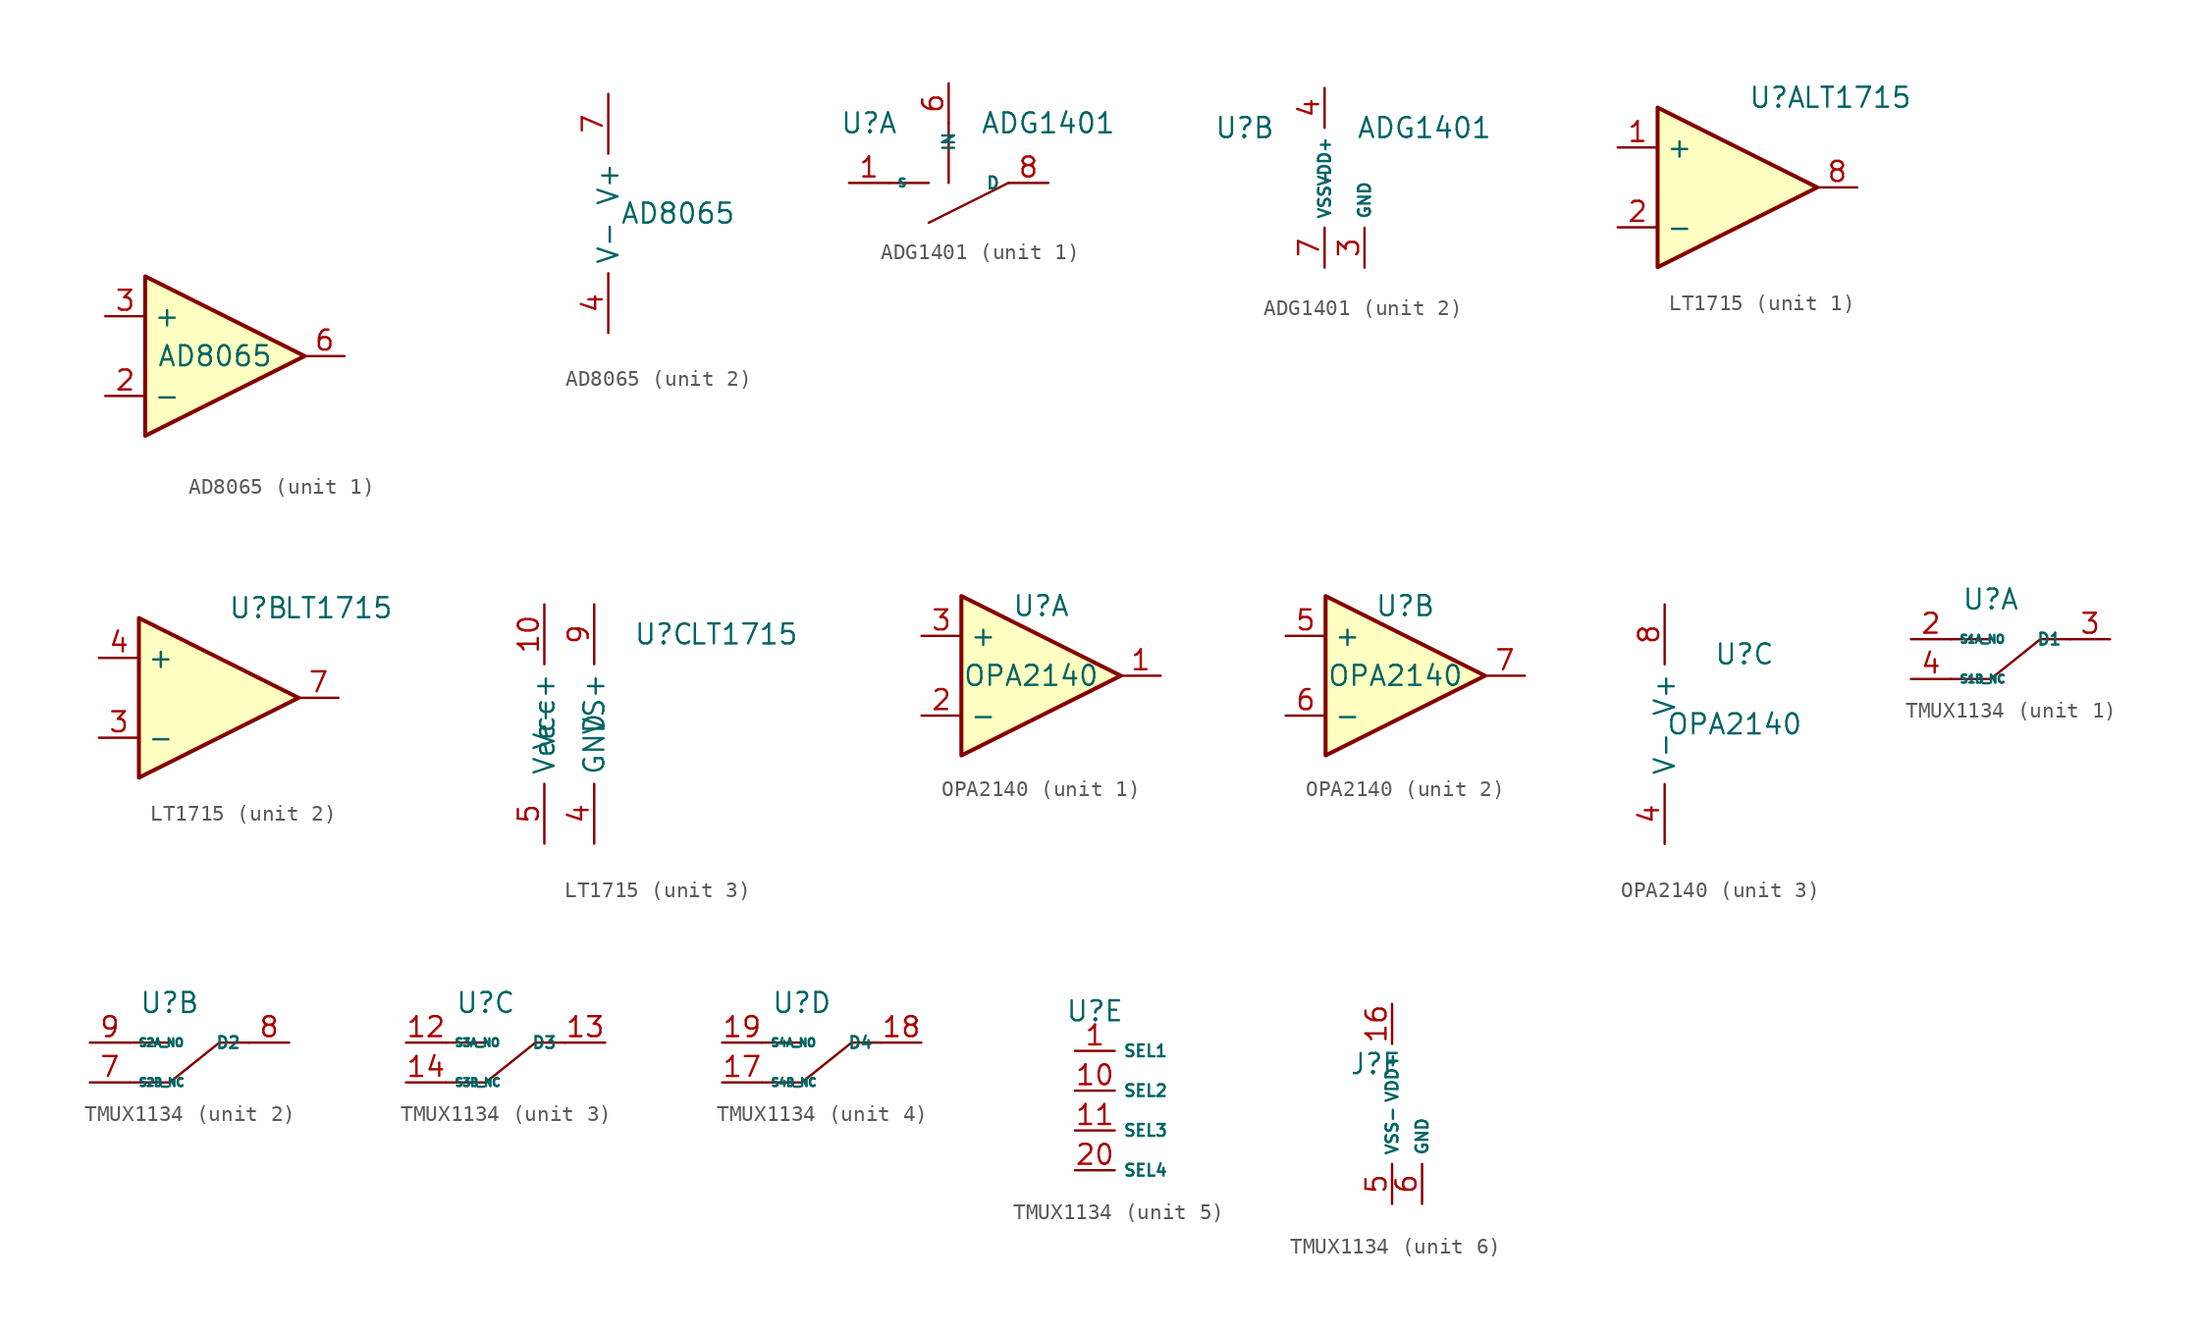
<source format=kicad_sym>
(kicad_symbol_lib
  (version 20211014)
  (generator kicad_symbol_editor)
  (symbol "AD8065"
    (property "Reference" "U"
      (at 5.08 4.445 0)
      (effects (font (size 1.27 1.27)) hide))
    (property "Value" "AD8065"
      (at 4.445 0 0)
      (effects (font (size 1.27 1.27))))
    (property "ki_locked" ""
      (at 0 0 0)
      (effects (font (size 1.27 1.27))))
    (symbol "AD8065_1_1"
      (polyline (pts (xy 0 5.08) (xy 10.16 0) (xy 0 -5.08) (xy 0 5.08)) (stroke (width 0.254) (type default) (color 0 0 0 0)) (fill (type background)))
      (pin no_connect line (at 17.145 16.51 270) (length 2.54) hide (name "NC" (effects (font (size 1.27 1.27)))) (number "1" (effects (font (size 1.27 1.27)))))
      (pin input line (at -2.54 -2.54 0) (length 2.54) (name "-" (effects (font (size 1.27 1.27)))) (number "2" (effects (font (size 1.27 1.27)))))
      (pin input line (at -2.54 2.54 0) (length 2.54) (name "+" (effects (font (size 1.27 1.27)))) (number "3" (effects (font (size 1.27 1.27)))))
      (pin no_connect line (at 20.32 16.51 270) (length 2.54) hide (name "NC" (effects (font (size 1.27 1.27)))) (number "5" (effects (font (size 1.27 1.27)))))
      (pin output line (at 12.7 0 180) (length 2.54) (name "~" (effects (font (size 1.27 1.27)))) (number "6" (effects (font (size 1.27 1.27)))))
      (pin no_connect line (at 20.32 5.08 90) (length 2.54) hide (name "NC" (effects (font (size 1.27 1.27)))) (number "8" (effects (font (size 1.27 1.27))))))
    (symbol "AD8065_2_1"
      (pin power_in line (at 0 -7.62 90) (length 3.81) (name "V-" (effects (font (size 1.27 1.27)))) (number "4" (effects (font (size 1.27 1.27)))))
      (pin power_in line (at 0 7.62 270) (length 3.81) (name "V+" (effects (font (size 1.27 1.27)))) (number "7" (effects (font (size 1.27 1.27)))))))
  (symbol "ADG1401"
    (property "Reference" "U"
      (at -5.08 3.81 0)
      (effects (font (size 1.27 1.27))))
    (property "Value" "ADG1401"
      (at 6.35 3.81 0)
      (effects (font (size 1.27 1.27))))
    (property "ki_locked" ""
      (at 0 0 0)
      (effects (font (size 1.27 1.27))))
    (symbol "ADG1401_1_1"
      (polyline (pts (xy -3.81 0) (xy -1.27 0)) (stroke (width 0.152) (type default) (color 0 0 0 0)) (fill (type none)))
      (polyline (pts (xy 0 3.81) (xy 0 0)) (stroke (width 0) (type default) (color 0 0 0 0)) (fill (type none)))
      (polyline (pts (xy 3.81 0) (xy -1.27 -2.54)) (stroke (width 0) (type default) (color 0 0 0 0)) (fill (type none)))
      (pin input line (at -6.35 0 0) (length 2.54) (name "S" (effects (font (size 0.5 0.5)))) (number "1" (effects (font (size 1.27 1.27)))))
      (pin input line (at 0 6.35 270) (length 2.54) (name "IN" (effects (font (size 0.75 0.75)))) (number "6" (effects (font (size 1.27 1.27)))))
      (pin input line (at 6.35 0 180) (length 2.54) (name "D" (effects (font (size 0.75 0.75)))) (number "8" (effects (font (size 1.27 1.27))))))
    (symbol "ADG1401_2_1"
      (pin input line (at 2.54 -5.08 90) (length 2.54) (name "GND" (effects (font (size 0.75 0.75)))) (number "3" (effects (font (size 1.27 1.27)))))
      (pin input line (at 0 6.35 270) (length 2.54) (name "VDD+" (effects (font (size 0.75 0.75)))) (number "4" (effects (font (size 1.27 1.27)))))
      (pin input line (at 0 -5.08 90) (length 2.54) (name "VSS-" (effects (font (size 0.75 0.75)))) (number "7" (effects (font (size 1.27 1.27)))))))
  (symbol "LT1715"
    (property "Reference" "U"
      (at 7.62 5.715 0)
      (effects (font (size 1.27 1.27))))
    (property "Value" "LT1715"
      (at 12.7 5.715 0)
      (effects (font (size 1.27 1.27))))
    (symbol "LT1715_1_1"
      (polyline (pts (xy 0 5.08) (xy 10.16 0) (xy 0 -5.08) (xy 0 5.08)) (stroke (width 0.254) (type default) (color 0 0 0 0)) (fill (type background)))
      (pin input line (at -2.54 2.54 0) (length 2.54) (name "+" (effects (font (size 1.27 1.27)))) (number "1" (effects (font (size 1.27 1.27)))))
      (pin input line (at -2.54 -2.54 0) (length 2.54) (name "-" (effects (font (size 1.27 1.27)))) (number "2" (effects (font (size 1.27 1.27)))))
      (pin output line (at 12.7 0 180) (length 2.54) (name "~" (effects (font (size 1.27 1.27)))) (number "8" (effects (font (size 1.27 1.27))))))
    (symbol "LT1715_2_1"
      (polyline (pts (xy 0 5.08) (xy 10.16 0) (xy 0 -5.08) (xy 0 5.08)) (stroke (width 0.254) (type default) (color 0 0 0 0)) (fill (type background)))
      (pin input line (at -2.54 -2.54 0) (length 2.54) (name "-" (effects (font (size 1.27 1.27)))) (number "3" (effects (font (size 1.27 1.27)))))
      (pin input line (at -2.54 2.54 0) (length 2.54) (name "+" (effects (font (size 1.27 1.27)))) (number "4" (effects (font (size 1.27 1.27)))))
      (pin output line (at 12.7 0 180) (length 2.54) (name "~" (effects (font (size 1.27 1.27)))) (number "7" (effects (font (size 1.27 1.27))))))
    (symbol "LT1715_3_1"
      (pin power_in line (at 0 7.62 270) (length 3.81) (name "Vcc+" (effects (font (size 1.27 1.27)))) (number "10" (effects (font (size 1.27 1.27)))))
      (pin power_in line (at 3.175 -7.62 90) (length 3.81) (name "GND" (effects (font (size 1.27 1.27)))) (number "4" (effects (font (size 1.27 1.27)))))
      (pin power_in line (at 0 -7.62 90) (length 3.81) (name "Vee-" (effects (font (size 1.27 1.27)))) (number "5" (effects (font (size 1.27 1.27)))))
      (pin power_in line (at 3.175 7.62 270) (length 3.81) (name "VS+" (effects (font (size 1.27 1.27)))) (number "9" (effects (font (size 1.27 1.27)))))))
  (symbol "OPA2140"
    (property "Reference" "U"
      (at 5.08 4.445 0)
      (effects (font (size 1.27 1.27))))
    (property "Value" "OPA2140"
      (at 4.445 0 0)
      (effects (font (size 1.27 1.27))))
    (property "ki_locked" ""
      (at 0 0 0)
      (effects (font (size 1.27 1.27))))
    (symbol "OPA2140_1_1"
      (polyline (pts (xy 0 5.08) (xy 10.16 0) (xy 0 -5.08) (xy 0 5.08)) (stroke (width 0.254) (type default) (color 0 0 0 0)) (fill (type background)))
      (pin output line (at 12.7 0 180) (length 2.54) (name "~" (effects (font (size 1.27 1.27)))) (number "1" (effects (font (size 1.27 1.27)))))
      (pin input line (at -2.54 -2.54 0) (length 2.54) (name "-" (effects (font (size 1.27 1.27)))) (number "2" (effects (font (size 1.27 1.27)))))
      (pin input line (at -2.54 2.54 0) (length 2.54) (name "+" (effects (font (size 1.27 1.27)))) (number "3" (effects (font (size 1.27 1.27))))))
    (symbol "OPA2140_2_1"
      (polyline (pts (xy 0 5.08) (xy 10.16 0) (xy 0 -5.08) (xy 0 5.08)) (stroke (width 0.254) (type default) (color 0 0 0 0)) (fill (type background)))
      (pin input line (at -2.54 2.54 0) (length 2.54) (name "+" (effects (font (size 1.27 1.27)))) (number "5" (effects (font (size 1.27 1.27)))))
      (pin input line (at -2.54 -2.54 0) (length 2.54) (name "-" (effects (font (size 1.27 1.27)))) (number "6" (effects (font (size 1.27 1.27)))))
      (pin output line (at 12.7 0 180) (length 2.54) (name "~" (effects (font (size 1.27 1.27)))) (number "7" (effects (font (size 1.27 1.27))))))
    (symbol "OPA2140_3_1"
      (pin power_in line (at 0 -7.62 90) (length 3.81) (name "V-" (effects (font (size 1.27 1.27)))) (number "4" (effects (font (size 1.27 1.27)))))
      (pin power_in line (at 0 7.62 270) (length 3.81) (name "V+" (effects (font (size 1.27 1.27)))) (number "8" (effects (font (size 1.27 1.27)))))))
  (symbol "TMUX1134"
    (property "Reference" "U"
      (at -1.27 2.54 0)
      (effects (font (size 1.27 1.27))))
    (property "ki_locked" ""
      (at 0 0 0)
      (effects (font (size 1.27 1.27))))
    (symbol "TMUX1134_1_1"
      (polyline (pts (xy -3.81 0) (xy -1.27 0)) (stroke (width 0.152) (type default) (color 0 0 0 0)) (fill (type none)))
      (polyline (pts (xy 3.81 0) (xy 1.905 0) (xy -1.27 -2.54) (xy -3.81 -2.54)) (stroke (width 0.152) (type default) (color 0 0 0 0)) (fill (type none)))
      (pin input line (at -6.35 0 0) (length 2.54) (name "S1A_NO" (effects (font (size 0.5 0.5)))) (number "2" (effects (font (size 1.27 1.27)))))
      (pin input line (at 6.35 0 180) (length 2.54) (name "D1" (effects (font (size 0.75 0.75)))) (number "3" (effects (font (size 1.27 1.27)))))
      (pin input line (at -6.35 -2.54 0) (length 2.54) (name "S1B_NC" (effects (font (size 0.5 0.5)))) (number "4" (effects (font (size 1.27 1.27))))))
    (symbol "TMUX1134_2_1"
      (polyline (pts (xy -3.81 0) (xy -1.27 0)) (stroke (width 0.152) (type default) (color 0 0 0 0)) (fill (type none)))
      (polyline (pts (xy 3.81 0) (xy 1.905 0) (xy -1.27 -2.54) (xy -3.81 -2.54)) (stroke (width 0.152) (type default) (color 0 0 0 0)) (fill (type none)))
      (pin input line (at -6.35 -2.54 0) (length 2.54) (name "S2B_NC" (effects (font (size 0.5 0.5)))) (number "7" (effects (font (size 1.27 1.27)))))
      (pin input line (at 6.35 0 180) (length 2.54) (name "D2" (effects (font (size 0.75 0.75)))) (number "8" (effects (font (size 1.27 1.27)))))
      (pin input line (at -6.35 0 0) (length 2.54) (name "S2A_NO" (effects (font (size 0.5 0.5)))) (number "9" (effects (font (size 1.27 1.27))))))
    (symbol "TMUX1134_3_1"
      (polyline (pts (xy -3.81 0) (xy -1.27 0)) (stroke (width 0.152) (type default) (color 0 0 0 0)) (fill (type none)))
      (polyline (pts (xy 3.81 0) (xy 1.905 0) (xy -1.27 -2.54) (xy -3.81 -2.54)) (stroke (width 0.152) (type default) (color 0 0 0 0)) (fill (type none)))
      (pin input line (at -6.35 0 0) (length 2.54) (name "S3A_NO" (effects (font (size 0.5 0.5)))) (number "12" (effects (font (size 1.27 1.27)))))
      (pin input line (at 6.35 0 180) (length 2.54) (name "D3" (effects (font (size 0.75 0.75)))) (number "13" (effects (font (size 1.27 1.27)))))
      (pin input line (at -6.35 -2.54 0) (length 2.54) (name "S3B_NC" (effects (font (size 0.5 0.5)))) (number "14" (effects (font (size 1.27 1.27))))))
    (symbol "TMUX1134_4_1"
      (polyline (pts (xy -3.81 0) (xy -1.27 0)) (stroke (width 0.152) (type default) (color 0 0 0 0)) (fill (type none)))
      (polyline (pts (xy 3.81 0) (xy 1.905 0) (xy -1.27 -2.54) (xy -3.81 -2.54)) (stroke (width 0.152) (type default) (color 0 0 0 0)) (fill (type none)))
      (pin input line (at -6.35 -2.54 0) (length 2.54) (name "S4B_NC" (effects (font (size 0.5 0.5)))) (number "17" (effects (font (size 1.27 1.27)))))
      (pin input line (at 6.35 0 180) (length 2.54) (name "D4" (effects (font (size 0.75 0.75)))) (number "18" (effects (font (size 1.27 1.27)))))
      (pin input line (at -6.35 0 0) (length 2.54) (name "S4A_NO" (effects (font (size 0.5 0.5)))) (number "19" (effects (font (size 1.27 1.27))))))
    (symbol "TMUX1134_5_1"
      (pin input line (at -2.54 0 0) (length 2.54) (name "SEL1" (effects (font (size 0.75 0.75)))) (number "1" (effects (font (size 1.27 1.27)))))
      (pin input line (at -2.54 -2.54 0) (length 2.54) (name "SEL2" (effects (font (size 0.75 0.75)))) (number "10" (effects (font (size 1.27 1.27)))))
      (pin input line (at -2.54 -5.08 0) (length 2.54) (name "SEL3" (effects (font (size 0.75 0.75)))) (number "11" (effects (font (size 1.27 1.27)))))
      (pin input line (at -2.54 -7.62 0) (length 2.54) (name "SEL4" (effects (font (size 0.75 0.75)))) (number "20" (effects (font (size 1.27 1.27))))))
    (symbol "TMUX1134_6_1"
      (pin input line (at 0 6.35 270) (length 2.54) (name "VDD+" (effects (font (size 0.75 0.75)))) (number "16" (effects (font (size 1.27 1.27)))))
      (pin input line (at 0 -6.35 90) (length 2.54) (name "VSS-" (effects (font (size 0.75 0.75)))) (number "5" (effects (font (size 1.27 1.27)))))
      (pin input line (at 1.905 -6.35 90) (length 2.54) (name "GND" (effects (font (size 0.75 0.75)))) (number "6" (effects (font (size 1.27 1.27))))))))
</source>
